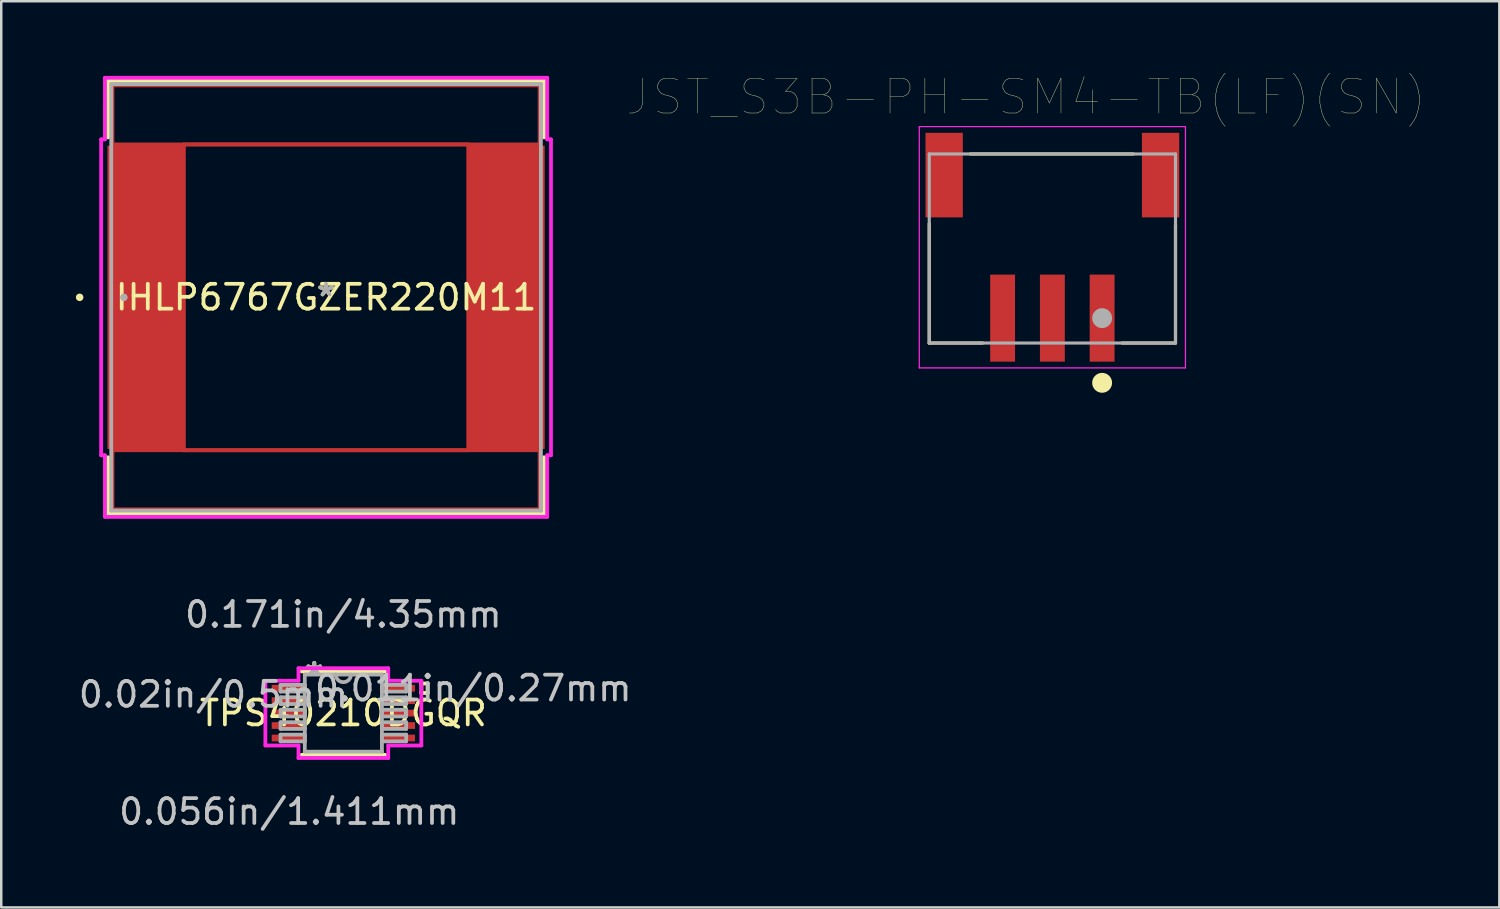
<source format=kicad_pcb>
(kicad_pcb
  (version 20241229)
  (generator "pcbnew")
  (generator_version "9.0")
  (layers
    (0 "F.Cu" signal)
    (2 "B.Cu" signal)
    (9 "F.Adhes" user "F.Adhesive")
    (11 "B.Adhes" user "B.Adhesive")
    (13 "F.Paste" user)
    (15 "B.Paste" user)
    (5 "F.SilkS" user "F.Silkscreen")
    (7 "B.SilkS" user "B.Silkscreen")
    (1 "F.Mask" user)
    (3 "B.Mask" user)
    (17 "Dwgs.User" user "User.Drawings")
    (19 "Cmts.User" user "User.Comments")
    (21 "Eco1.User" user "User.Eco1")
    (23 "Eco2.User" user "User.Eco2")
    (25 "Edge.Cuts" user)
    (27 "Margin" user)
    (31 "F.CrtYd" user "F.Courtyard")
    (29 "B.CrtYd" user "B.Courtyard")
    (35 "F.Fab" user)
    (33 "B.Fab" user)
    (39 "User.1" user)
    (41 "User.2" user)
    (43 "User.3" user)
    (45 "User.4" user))
  (footprint "TPS40210DGQR"
    (layer "F.Cu")
    (at 10.753 25.617)
    (property "Reference" "TPS40210DGQR" (at 0 0 0) (layer "F.SilkS") (effects (font (size 1 1) (thickness 0.15))))
    (attr through_hole)
    (fp_line (start -1.677 1.677) (end 1.677 1.677) (stroke (width 0.152) (type solid)) (layer "F.SilkS"))
    (fp_line (start 1.677 -1.677) (end -1.677 -1.677) (stroke (width 0.152) (type solid)) (layer "F.SilkS"))
    (fp_line (start 3.135 -1.191) (end 3.389 -1.191) (stroke (width 0.152) (type solid)) (layer "F.SilkS"))
    (fp_line (start 3.135 -0.81) (end 3.135 -1.191) (stroke (width 0.152) (type solid)) (layer "F.SilkS"))
    (fp_line (start 3.389 -1.191) (end 3.389 -0.81) (stroke (width 0.152) (type solid)) (layer "F.SilkS"))
    (fp_line (start 3.389 -0.81) (end 3.135 -0.81) (stroke (width 0.152) (type solid)) (layer "F.SilkS"))
    (fp_line (start -3.135 -1.301) (end -1.804 -1.301) (stroke (width 0.152) (type solid)) (layer "F.CrtYd"))
    (fp_line (start -3.135 1.301) (end -3.135 -1.301) (stroke (width 0.152) (type solid)) (layer "F.CrtYd"))
    (fp_line (start -1.804 -1.804) (end 1.804 -1.804) (stroke (width 0.152) (type solid)) (layer "F.CrtYd"))
    (fp_line (start -1.804 -1.301) (end -1.804 -1.804) (stroke (width 0.152) (type solid)) (layer "F.CrtYd"))
    (fp_line (start -1.804 1.301) (end -3.135 1.301) (stroke (width 0.152) (type solid)) (layer "F.CrtYd"))
    (fp_line (start -1.804 1.804) (end -1.804 1.301) (stroke (width 0.152) (type solid)) (layer "F.CrtYd"))
    (fp_line (start 1.804 -1.804) (end 1.804 -1.301) (stroke (width 0.152) (type solid)) (layer "F.CrtYd"))
    (fp_line (start 1.804 -1.301) (end 3.135 -1.301) (stroke (width 0.152) (type solid)) (layer "F.CrtYd"))
    (fp_line (start 1.804 1.301) (end 1.804 1.804) (stroke (width 0.152) (type solid)) (layer "F.CrtYd"))
    (fp_line (start 1.804 1.804) (end -1.804 1.804) (stroke (width 0.152) (type solid)) (layer "F.CrtYd"))
    (fp_line (start 3.135 -1.301) (end 3.135 1.301) (stroke (width 0.152) (type solid)) (layer "F.CrtYd"))
    (fp_line (start 3.135 1.301) (end 1.804 1.301) (stroke (width 0.152) (type solid)) (layer "F.CrtYd"))
    (fp_line (start -2.525 -1.135) (end -2.525 -0.865) (stroke (width 0.152) (type solid)) (layer "F.Fab"))
    (fp_line (start -2.525 -0.865) (end -1.55 -0.865) (stroke (width 0.152) (type solid)) (layer "F.Fab"))
    (fp_line (start -2.525 -0.635) (end -2.525 -0.365) (stroke (width 0.152) (type solid)) (layer "F.Fab"))
    (fp_line (start -2.525 -0.365) (end -1.55 -0.365) (stroke (width 0.152) (type solid)) (layer "F.Fab"))
    (fp_line (start -2.525 -0.135) (end -2.525 0.135) (stroke (width 0.152) (type solid)) (layer "F.Fab"))
    (fp_line (start -2.525 0.135) (end -1.55 0.135) (stroke (width 0.152) (type solid)) (layer "F.Fab"))
    (fp_line (start -2.525 0.365) (end -2.525 0.635) (stroke (width 0.152) (type solid)) (layer "F.Fab"))
    (fp_line (start -2.525 0.635) (end -1.55 0.635) (stroke (width 0.152) (type solid)) (layer "F.Fab"))
    (fp_line (start -2.525 0.865) (end -2.525 1.135) (stroke (width 0.152) (type solid)) (layer "F.Fab"))
    (fp_line (start -2.525 1.135) (end -1.55 1.135) (stroke (width 0.152) (type solid)) (layer "F.Fab"))
    (fp_line (start -1.55 -1.55) (end -1.55 1.55) (stroke (width 0.152) (type solid)) (layer "F.Fab"))
    (fp_line (start -1.55 -1.135) (end -2.525 -1.135) (stroke (width 0.152) (type solid)) (layer "F.Fab"))
    (fp_line (start -1.55 -0.865) (end -1.55 -1.135) (stroke (width 0.152) (type solid)) (layer "F.Fab"))
    (fp_line (start -1.55 -0.635) (end -2.525 -0.635) (stroke (width 0.152) (type solid)) (layer "F.Fab"))
    (fp_line (start -1.55 -0.365) (end -1.55 -0.635) (stroke (width 0.152) (type solid)) (layer "F.Fab"))
    (fp_line (start -1.55 -0.135) (end -2.525 -0.135) (stroke (width 0.152) (type solid)) (layer "F.Fab"))
    (fp_line (start -1.55 0.135) (end -1.55 -0.135) (stroke (width 0.152) (type solid)) (layer "F.Fab"))
    (fp_line (start -1.55 0.365) (end -2.525 0.365) (stroke (width 0.152) (type solid)) (layer "F.Fab"))
    (fp_line (start -1.55 0.635) (end -1.55 0.365) (stroke (width 0.152) (type solid)) (layer "F.Fab"))
    (fp_line (start -1.55 0.865) (end -2.525 0.865) (stroke (width 0.152) (type solid)) (layer "F.Fab"))
    (fp_line (start -1.55 1.135) (end -1.55 0.865) (stroke (width 0.152) (type solid)) (layer "F.Fab"))
    (fp_line (start -1.55 1.55) (end 1.55 1.55) (stroke (width 0.152) (type solid)) (layer "F.Fab"))
    (fp_line (start 1.55 -1.55) (end -1.55 -1.55) (stroke (width 0.152) (type solid)) (layer "F.Fab"))
    (fp_line (start 1.55 -1.135) (end 1.55 -0.865) (stroke (width 0.152) (type solid)) (layer "F.Fab"))
    (fp_line (start 1.55 -0.865) (end 2.525 -0.865) (stroke (width 0.152) (type solid)) (layer "F.Fab"))
    (fp_line (start 1.55 -0.635) (end 1.55 -0.365) (stroke (width 0.152) (type solid)) (layer "F.Fab"))
    (fp_line (start 1.55 -0.365) (end 2.525 -0.365) (stroke (width 0.152) (type solid)) (layer "F.Fab"))
    (fp_line (start 1.55 -0.135) (end 1.55 0.135) (stroke (width 0.152) (type solid)) (layer "F.Fab"))
    (fp_line (start 1.55 0.135) (end 2.525 0.135) (stroke (width 0.152) (type solid)) (layer "F.Fab"))
    (fp_line (start 1.55 0.365) (end 1.55 0.635) (stroke (width 0.152) (type solid)) (layer "F.Fab"))
    (fp_line (start 1.55 0.635) (end 2.525 0.635) (stroke (width 0.152) (type solid)) (layer "F.Fab"))
    (fp_line (start 1.55 0.865) (end 1.55 1.135) (stroke (width 0.152) (type solid)) (layer "F.Fab"))
    (fp_line (start 1.55 1.135) (end 2.525 1.135) (stroke (width 0.152) (type solid)) (layer "F.Fab"))
    (fp_line (start 1.55 1.55) (end 1.55 -1.55) (stroke (width 0.152) (type solid)) (layer "F.Fab"))
    (fp_line (start 2.525 -1.135) (end 1.55 -1.135) (stroke (width 0.152) (type solid)) (layer "F.Fab"))
    (fp_line (start 2.525 -0.865) (end 2.525 -1.135) (stroke (width 0.152) (type solid)) (layer "F.Fab"))
    (fp_line (start 2.525 -0.635) (end 1.55 -0.635) (stroke (width 0.152) (type solid)) (layer "F.Fab"))
    (fp_line (start 2.525 -0.365) (end 2.525 -0.635) (stroke (width 0.152) (type solid)) (layer "F.Fab"))
    (fp_line (start 2.525 -0.135) (end 1.55 -0.135) (stroke (width 0.152) (type solid)) (layer "F.Fab"))
    (fp_line (start 2.525 0.135) (end 2.525 -0.135) (stroke (width 0.152) (type solid)) (layer "F.Fab"))
    (fp_line (start 2.525 0.365) (end 1.55 0.365) (stroke (width 0.152) (type solid)) (layer "F.Fab"))
    (fp_line (start 2.525 0.635) (end 2.525 0.365) (stroke (width 0.152) (type solid)) (layer "F.Fab"))
    (fp_line (start 2.525 0.865) (end 1.55 0.865) (stroke (width 0.152) (type solid)) (layer "F.Fab"))
    (fp_line (start 2.525 1.135) (end 2.525 0.865) (stroke (width 0.152) (type solid)) (layer "F.Fab"))
    (fp_arc (start 0.3048 -1.549999) (mid 0 -1.245199) (end -0.3048 -1.549999) (stroke (width 0.1524) (type solid)) (layer "F.Fab"))
    (fp_text user "*" (at -1.169 -1.474 0) (layer "F.SilkS") (effects (font (size 1 1) (thickness 0.15))))
    (fp_text user "*" (at -1.169 -1.474 0) (layer "F.SilkS") (effects (font (size 1 1) (thickness 0.15))))
    (fp_text user "0.011in/0.27mm" (at 5.223 -1 0) (layer "Dwgs.User") (effects (font (size 1 1) (thickness 0.15))))
    (fp_text user "0.171in/4.35mm" (at 0 -3.963 0) (layer "Dwgs.User") (effects (font (size 1 1) (thickness 0.15))))
    (fp_text user "0.056in/1.411mm" (at -2.175 3.963 0) (layer "Dwgs.User") (effects (font (size 1 1) (thickness 0.15))))
    (fp_text user "0.02in/0.5mm" (at -5.223 -0.75 0) (layer "Dwgs.User") (effects (font (size 1 1) (thickness 0.15))))
    (fp_text user "Copyright 2016 Accelerated Designs. All rights reserved." (at 0 0 0) (layer "Cmts.User") (effects (font (size 0.127 0.127) (thickness 0.002))))
    (fp_text user "*" (at -1.169 -1.474 0) (layer "F.Fab") (effects (font (size 1 1) (thickness 0.15))))
    (fp_text user "*" (at -1.169 -1.474 0) (layer "F.Fab") (effects (font (size 1 1) (thickness 0.15))))
    (pad "1" smd rect (at -2.175 -1) (size 1.411 0.27) (layers "F.Cu" "F.Mask" "F.Paste"))
    (pad "2" smd rect (at -2.175 -0.5) (size 1.411 0.27) (layers "F.Cu" "F.Mask" "F.Paste"))
    (pad "3" smd rect (at -2.175 0) (size 1.411 0.27) (layers "F.Cu" "F.Mask" "F.Paste"))
    (pad "4" smd rect (at -2.175 0.5) (size 1.411 0.27) (layers "F.Cu" "F.Mask" "F.Paste"))
    (pad "5" smd rect (at -2.175 1) (size 1.411 0.27) (layers "F.Cu" "F.Mask" "F.Paste"))
    (pad "6" smd rect (at 2.175 1) (size 1.411 0.27) (layers "F.Cu" "F.Mask" "F.Paste"))
    (pad "7" smd rect (at 2.175 0.5) (size 1.411 0.27) (layers "F.Cu" "F.Mask" "F.Paste"))
    (pad "8" smd rect (at 2.175 0) (size 1.411 0.27) (layers "F.Cu" "F.Mask" "F.Paste"))
    (pad "9" smd rect (at 2.175 -0.5) (size 1.411 0.27) (layers "F.Cu" "F.Mask" "F.Paste"))
    (pad "10" smd rect (at 2.175 -1) (size 1.411 0.27) (layers "F.Cu" "F.Mask" "F.Paste")))
  (footprint "JST_S3B-PH-SM4-TB(LF)(SN)"
    (layer "F.Cu")
    (at 39.255 9.739)
    (property "Reference" "JST_S3B-PH-SM4-TB(LF)(SN)" (at -1.055 -8.893 0) (layer "F.SilkS") (effects (font (size 1.401 1.401) (thickness 0.015))))
    (attr through_hole)
    (fp_line (start -4.95 -3.8) (end -4.95 1) (stroke (width 0.127) (type solid)) (layer "F.SilkS"))
    (fp_line (start -4.95 1) (end -2.8 1) (stroke (width 0.127) (type solid)) (layer "F.SilkS"))
    (fp_line (start -3.3 -6.6) (end 3.25 -6.6) (stroke (width 0.127) (type solid)) (layer "F.SilkS"))
    (fp_line (start 2.8 1) (end 4.95 1) (stroke (width 0.127) (type solid)) (layer "F.SilkS"))
    (fp_line (start 4.95 1) (end 4.95 -3.75) (stroke (width 0.127) (type solid)) (layer "F.SilkS"))
    (fp_circle (center 2 2.6) (end 2.2 2.6) (stroke (width 0.4) (type solid)) (fill no) (layer "F.SilkS"))
    (fp_line (start -5.35 -7.7) (end 5.35 -7.7) (stroke (width 0.05) (type solid)) (layer "F.CrtYd"))
    (fp_line (start -5.35 2) (end -5.35 -7.7) (stroke (width 0.05) (type solid)) (layer "F.CrtYd"))
    (fp_line (start 5.35 -7.7) (end 5.35 2) (stroke (width 0.05) (type solid)) (layer "F.CrtYd"))
    (fp_line (start 5.35 2) (end -5.35 2) (stroke (width 0.05) (type solid)) (layer "F.CrtYd"))
    (fp_line (start -4.95 -6.6) (end -4.95 1) (stroke (width 0.127) (type solid)) (layer "F.Fab"))
    (fp_line (start -4.95 1) (end 4.95 1) (stroke (width 0.127) (type solid)) (layer "F.Fab"))
    (fp_line (start 4.95 -6.6) (end -4.95 -6.6) (stroke (width 0.127) (type solid)) (layer "F.Fab"))
    (fp_line (start 4.95 1) (end 4.95 -6.6) (stroke (width 0.127) (type solid)) (layer "F.Fab"))
    (fp_circle (center 2 0) (end 2.2 0) (stroke (width 0.4) (type solid)) (fill no) (layer "F.Fab"))
    (pad "1" smd rect (at 2 0) (size 1 3.5) (layers "F.Cu" "F.Mask" "F.Paste"))
    (pad "2" smd rect (at 0 0) (size 1 3.5) (layers "F.Cu" "F.Mask" "F.Paste"))
    (pad "3" smd rect (at -2 0) (size 1 3.5) (layers "F.Cu" "F.Mask" "F.Paste"))
    (pad "P1" smd rect (at -4.35 -5.75) (size 1.5 3.4) (layers "F.Cu" "F.Mask" "F.Paste"))
    (pad "P2" smd rect (at 4.35 -5.75) (size 1.5 3.4) (layers "F.Cu" "F.Mask" "F.Paste")))
  (footprint "IHLP6767GZER220M11"
    (layer "F.Cu")
    (at 10.058 8.903)
    (property "Reference" "IHLP6767GZER220M11" (at 0 0 0) (layer "F.SilkS") (effects (font (size 1 1) (thickness 0.15))))
    (attr through_hole)
    (fp_line (start -8.585 -8.522) (end 8.585 -8.522) (stroke (width 0.152) (type solid)) (layer "F.Cu"))
    (fp_line (start -8.585 -6.147) (end -8.585 -8.522) (stroke (width 0.152) (type solid)) (layer "F.Cu"))
    (fp_line (start -8.585 6.147) (end 8.585 6.147) (stroke (width 0.152) (type solid)) (layer "F.Cu"))
    (fp_line (start -8.585 8.522) (end -8.585 6.147) (stroke (width 0.152) (type solid)) (layer "F.Cu"))
    (fp_line (start -5.715 -6.147) (end 5.715 -6.147) (stroke (width 0.152) (type solid)) (layer "F.Cu"))
    (fp_line (start -5.715 6.147) (end -5.715 -6.147) (stroke (width 0.152) (type solid)) (layer "F.Cu"))
    (fp_line (start 5.715 -6.147) (end 5.715 6.147) (stroke (width 0.152) (type solid)) (layer "F.Cu"))
    (fp_line (start 5.715 6.147) (end -5.715 6.147) (stroke (width 0.152) (type solid)) (layer "F.Cu"))
    (fp_line (start 8.585 -8.522) (end 8.585 -6.147) (stroke (width 0.152) (type solid)) (layer "F.Cu"))
    (fp_line (start 8.585 -6.147) (end -8.585 -6.147) (stroke (width 0.152) (type solid)) (layer "F.Cu"))
    (fp_line (start 8.585 6.147) (end 8.585 8.522) (stroke (width 0.152) (type solid)) (layer "F.Cu"))
    (fp_line (start 8.585 8.522) (end -8.585 8.522) (stroke (width 0.152) (type solid)) (layer "F.Cu"))
    (fp_line (start -8.763 -8.7) (end -8.763 -6.429) (stroke (width 0.152) (type solid)) (layer "F.SilkS"))
    (fp_line (start -8.763 6.429) (end -8.763 8.7) (stroke (width 0.152) (type solid)) (layer "F.SilkS"))
    (fp_line (start -8.763 8.7) (end 8.763 8.7) (stroke (width 0.152) (type solid)) (layer "F.SilkS"))
    (fp_line (start 8.763 -8.7) (end -8.763 -8.7) (stroke (width 0.152) (type solid)) (layer "F.SilkS"))
    (fp_line (start 8.763 -6.429) (end 8.763 -8.7) (stroke (width 0.152) (type solid)) (layer "F.SilkS"))
    (fp_line (start 8.763 8.7) (end 8.763 6.429) (stroke (width 0.152) (type solid)) (layer "F.SilkS"))
    (fp_circle (center -9.906 0) (end -9.83 0) (stroke (width 0.152) (type solid)) (fill no) (layer "F.SilkS"))
    (fp_line (start -9.042 -6.35) (end -8.89 -6.35) (stroke (width 0.152) (type solid)) (layer "F.CrtYd"))
    (fp_line (start -9.042 6.35) (end -9.042 -6.35) (stroke (width 0.152) (type solid)) (layer "F.CrtYd"))
    (fp_line (start -8.89 -8.826) (end 8.89 -8.826) (stroke (width 0.152) (type solid)) (layer "F.CrtYd"))
    (fp_line (start -8.89 -6.35) (end -8.89 -8.826) (stroke (width 0.152) (type solid)) (layer "F.CrtYd"))
    (fp_line (start -8.89 6.35) (end -9.042 6.35) (stroke (width 0.152) (type solid)) (layer "F.CrtYd"))
    (fp_line (start -8.89 8.826) (end -8.89 6.35) (stroke (width 0.152) (type solid)) (layer "F.CrtYd"))
    (fp_line (start 8.89 -8.826) (end 8.89 -6.35) (stroke (width 0.152) (type solid)) (layer "F.CrtYd"))
    (fp_line (start 8.89 -6.35) (end 9.042 -6.35) (stroke (width 0.152) (type solid)) (layer "F.CrtYd"))
    (fp_line (start 8.89 6.35) (end 8.89 8.826) (stroke (width 0.152) (type solid)) (layer "F.CrtYd"))
    (fp_line (start 8.89 8.826) (end -8.89 8.826) (stroke (width 0.152) (type solid)) (layer "F.CrtYd"))
    (fp_line (start 9.042 -6.35) (end 9.042 6.35) (stroke (width 0.152) (type solid)) (layer "F.CrtYd"))
    (fp_line (start 9.042 6.35) (end 8.89 6.35) (stroke (width 0.152) (type solid)) (layer "F.CrtYd"))
    (fp_line (start -8.636 -8.572) (end -8.636 8.572) (stroke (width 0.152) (type solid)) (layer "F.Fab"))
    (fp_line (start -8.636 8.572) (end 8.636 8.572) (stroke (width 0.152) (type solid)) (layer "F.Fab"))
    (fp_line (start 8.636 -8.572) (end -8.636 -8.572) (stroke (width 0.152) (type solid)) (layer "F.Fab"))
    (fp_line (start 8.636 8.572) (end 8.636 -8.572) (stroke (width 0.152) (type solid)) (layer "F.Fab"))
    (fp_circle (center -8.128 0) (end -8.052 0) (stroke (width 0.152) (type solid)) (fill no) (layer "F.Fab"))
    (fp_text user "*" (at 0 0 0) (layer "F.SilkS") (effects (font (size 1 1) (thickness 0.15))))
    (fp_text user "Copyright 2016 Accelerated Designs. All rights reserved." (at 0 0 0) (layer "Cmts.User") (effects (font (size 0.127 0.127) (thickness 0.002))))
    (fp_text user "*" (at 0 0 0) (layer "F.Fab") (effects (font (size 1 1) (thickness 0.15))))
    (pad "1" smd rect (at -7.277 0 90) (size 12.192 3.023) (layers "F.Cu" "F.Mask" "F.Paste"))
    (pad "2" smd rect (at 7.277 0 90) (size 12.192 3.023) (layers "F.Cu" "F.Mask" "F.Paste")))
  (gr_rect
    (start -3 -3)
    (end 57.223 33.428)
    (stroke (width 0.1) (type default))
    (fill no)
    (layer "Edge.Cuts")))
</source>
